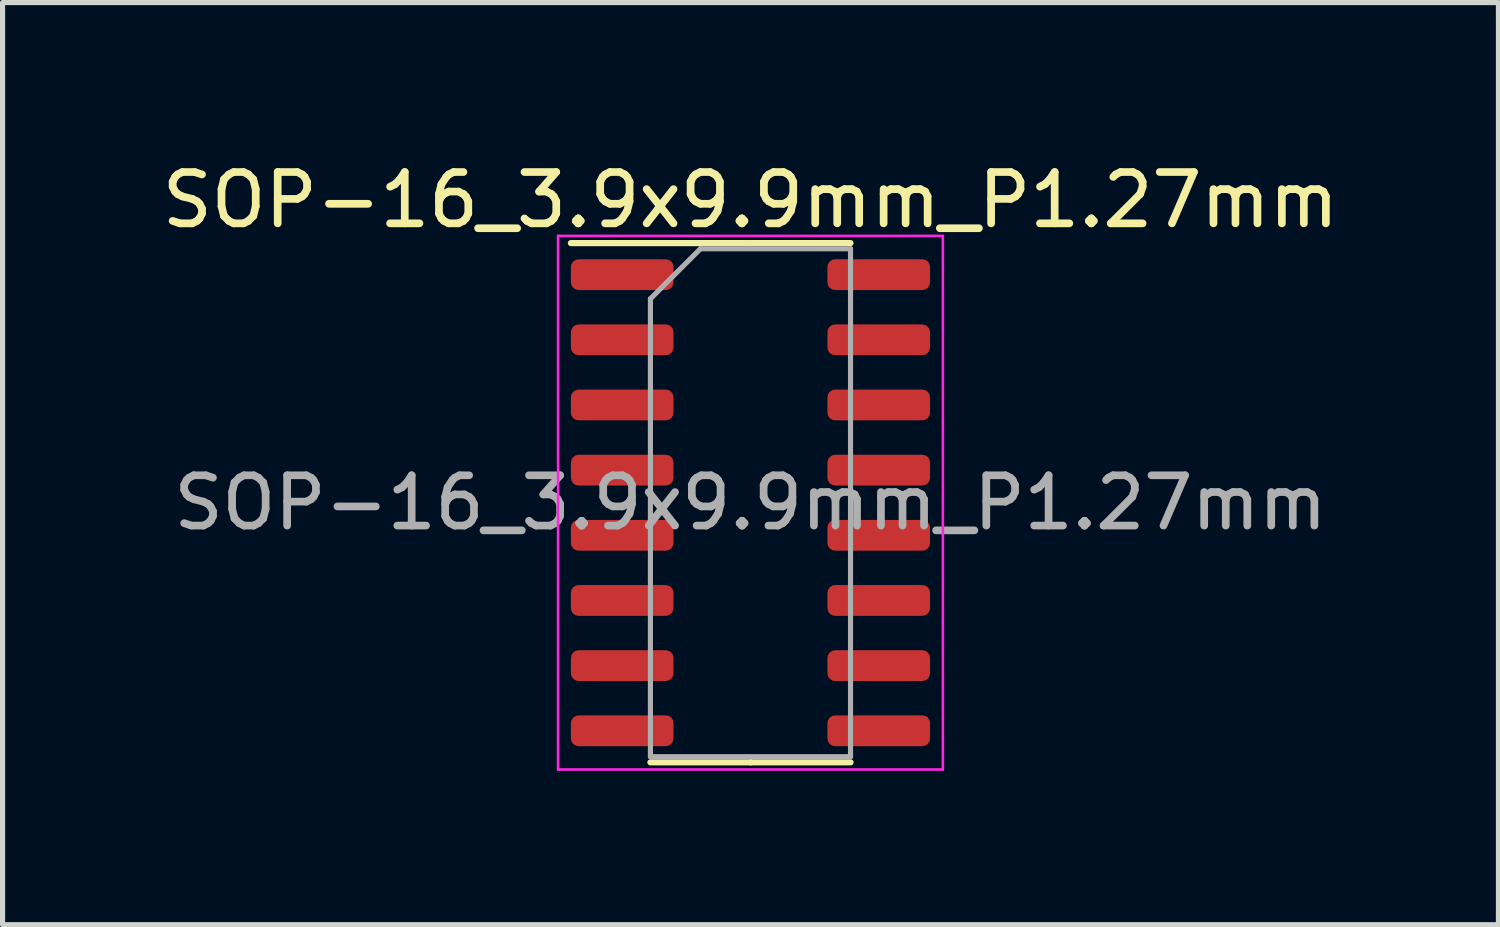
<source format=kicad_pcb>
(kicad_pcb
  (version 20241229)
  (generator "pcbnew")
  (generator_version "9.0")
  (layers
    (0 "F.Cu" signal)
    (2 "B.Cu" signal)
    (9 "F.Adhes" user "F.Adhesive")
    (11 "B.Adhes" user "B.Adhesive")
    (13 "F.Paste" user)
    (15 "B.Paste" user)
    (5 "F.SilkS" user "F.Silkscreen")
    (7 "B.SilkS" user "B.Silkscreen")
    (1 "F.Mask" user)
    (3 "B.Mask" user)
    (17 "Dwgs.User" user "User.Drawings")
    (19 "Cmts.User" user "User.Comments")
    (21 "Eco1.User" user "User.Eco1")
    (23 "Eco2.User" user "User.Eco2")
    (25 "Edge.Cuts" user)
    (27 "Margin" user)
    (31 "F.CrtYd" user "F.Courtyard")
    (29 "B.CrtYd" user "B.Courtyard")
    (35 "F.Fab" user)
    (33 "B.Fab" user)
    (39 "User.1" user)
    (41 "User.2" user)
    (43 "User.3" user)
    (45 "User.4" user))
  (footprint "SOP-16_3.9x9.9mm_P1.27mm"
    (layer "F.Cu")
    (at 11.577 6.748)
    (property "Reference" "SOP-16_3.9x9.9mm_P1.27mm" (at 0 -5.9 0) (layer "F.SilkS") (effects (font (size 1 1) (thickness 0.15))))
    (attr smd)
    (fp_line (start 0 -5.06) (end -3.5 -5.06) (stroke (width 0.12) (type solid)) (layer "F.SilkS"))
    (fp_line (start 0 -5.06) (end 1.95 -5.06) (stroke (width 0.12) (type solid)) (layer "F.SilkS"))
    (fp_line (start 0 5.06) (end -1.95 5.06) (stroke (width 0.12) (type solid)) (layer "F.SilkS"))
    (fp_line (start 0 5.06) (end 1.95 5.06) (stroke (width 0.12) (type solid)) (layer "F.SilkS"))
    (fp_line (start -3.75 -5.2) (end -3.75 5.2) (stroke (width 0.05) (type solid)) (layer "F.CrtYd"))
    (fp_line (start -3.75 5.2) (end 3.75 5.2) (stroke (width 0.05) (type solid)) (layer "F.CrtYd"))
    (fp_line (start 3.75 -5.2) (end -3.75 -5.2) (stroke (width 0.05) (type solid)) (layer "F.CrtYd"))
    (fp_line (start 3.75 5.2) (end 3.75 -5.2) (stroke (width 0.05) (type solid)) (layer "F.CrtYd"))
    (fp_line (start -1.95 -3.975) (end -0.975 -4.95) (stroke (width 0.1) (type solid)) (layer "F.Fab"))
    (fp_line (start -1.95 4.95) (end -1.95 -3.975) (stroke (width 0.1) (type solid)) (layer "F.Fab"))
    (fp_line (start -0.975 -4.95) (end 1.95 -4.95) (stroke (width 0.1) (type solid)) (layer "F.Fab"))
    (fp_line (start 1.95 -4.95) (end 1.95 4.95) (stroke (width 0.1) (type solid)) (layer "F.Fab"))
    (fp_line (start 1.95 4.95) (end -1.95 4.95) (stroke (width 0.1) (type solid)) (layer "F.Fab"))
    (fp_text user "${REFERENCE}" (at 0 0 0) (layer "F.Fab") (effects (font (size 0.98 0.98) (thickness 0.15))))
    (pad "1" smd roundrect (at -2.5 -4.445) (size 2 0.6) (layers "F.Cu" "F.Mask" "F.Paste") (roundrect_rratio 0.25))
    (pad "2" smd roundrect (at -2.5 -3.175) (size 2 0.6) (layers "F.Cu" "F.Mask" "F.Paste") (roundrect_rratio 0.25))
    (pad "3" smd roundrect (at -2.5 -1.905) (size 2 0.6) (layers "F.Cu" "F.Mask" "F.Paste") (roundrect_rratio 0.25))
    (pad "4" smd roundrect (at -2.5 -0.635) (size 2 0.6) (layers "F.Cu" "F.Mask" "F.Paste") (roundrect_rratio 0.25))
    (pad "5" smd roundrect (at -2.5 0.635) (size 2 0.6) (layers "F.Cu" "F.Mask" "F.Paste") (roundrect_rratio 0.25))
    (pad "6" smd roundrect (at -2.5 1.905) (size 2 0.6) (layers "F.Cu" "F.Mask" "F.Paste") (roundrect_rratio 0.25))
    (pad "7" smd roundrect (at -2.5 3.175) (size 2 0.6) (layers "F.Cu" "F.Mask" "F.Paste") (roundrect_rratio 0.25))
    (pad "8" smd roundrect (at -2.5 4.445) (size 2 0.6) (layers "F.Cu" "F.Mask" "F.Paste") (roundrect_rratio 0.25))
    (pad "9" smd roundrect (at 2.5 4.445) (size 2 0.6) (layers "F.Cu" "F.Mask" "F.Paste") (roundrect_rratio 0.25))
    (pad "10" smd roundrect (at 2.5 3.175) (size 2 0.6) (layers "F.Cu" "F.Mask" "F.Paste") (roundrect_rratio 0.25))
    (pad "11" smd roundrect (at 2.5 1.905) (size 2 0.6) (layers "F.Cu" "F.Mask" "F.Paste") (roundrect_rratio 0.25))
    (pad "12" smd roundrect (at 2.5 0.635) (size 2 0.6) (layers "F.Cu" "F.Mask" "F.Paste") (roundrect_rratio 0.25))
    (pad "13" smd roundrect (at 2.5 -0.635) (size 2 0.6) (layers "F.Cu" "F.Mask" "F.Paste") (roundrect_rratio 0.25))
    (pad "14" smd roundrect (at 2.5 -1.905) (size 2 0.6) (layers "F.Cu" "F.Mask" "F.Paste") (roundrect_rratio 0.25))
    (pad "15" smd roundrect (at 2.5 -3.175) (size 2 0.6) (layers "F.Cu" "F.Mask" "F.Paste") (roundrect_rratio 0.25))
    (pad "16" smd roundrect (at 2.5 -4.445) (size 2 0.6) (layers "F.Cu" "F.Mask" "F.Paste") (roundrect_rratio 0.25)))
  (gr_rect
    (start -3 -3)
    (end 26.155 14.973)
    (stroke (width 0.1) (type default))
    (fill no)
    (layer "Edge.Cuts")))
</source>
